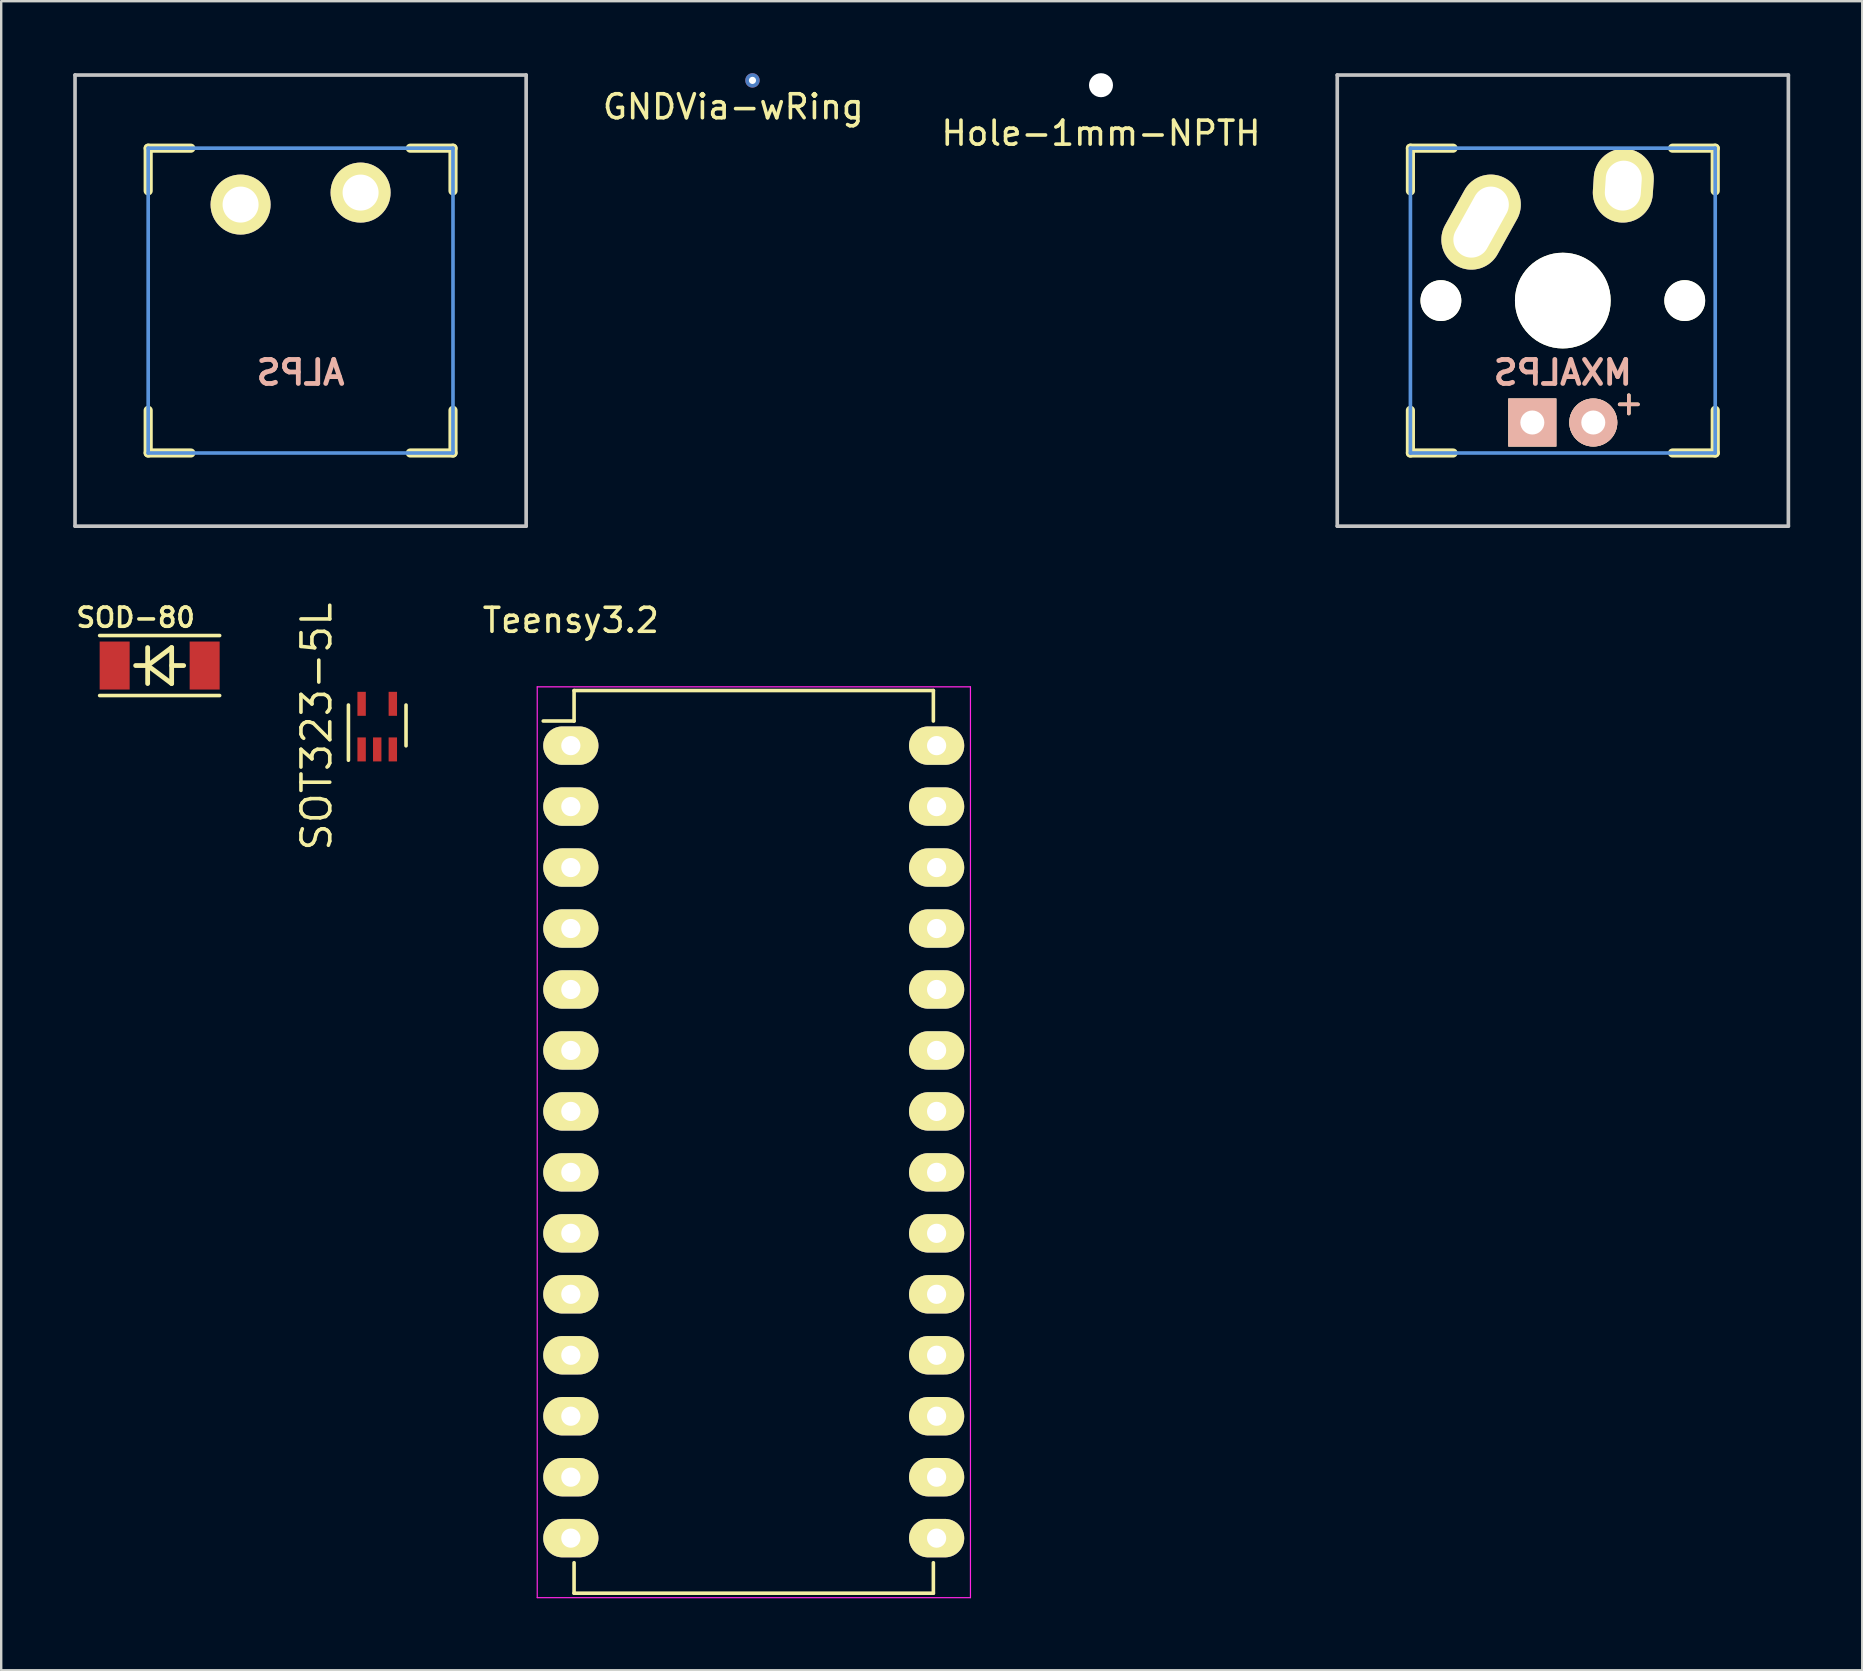
<source format=kicad_pcb>
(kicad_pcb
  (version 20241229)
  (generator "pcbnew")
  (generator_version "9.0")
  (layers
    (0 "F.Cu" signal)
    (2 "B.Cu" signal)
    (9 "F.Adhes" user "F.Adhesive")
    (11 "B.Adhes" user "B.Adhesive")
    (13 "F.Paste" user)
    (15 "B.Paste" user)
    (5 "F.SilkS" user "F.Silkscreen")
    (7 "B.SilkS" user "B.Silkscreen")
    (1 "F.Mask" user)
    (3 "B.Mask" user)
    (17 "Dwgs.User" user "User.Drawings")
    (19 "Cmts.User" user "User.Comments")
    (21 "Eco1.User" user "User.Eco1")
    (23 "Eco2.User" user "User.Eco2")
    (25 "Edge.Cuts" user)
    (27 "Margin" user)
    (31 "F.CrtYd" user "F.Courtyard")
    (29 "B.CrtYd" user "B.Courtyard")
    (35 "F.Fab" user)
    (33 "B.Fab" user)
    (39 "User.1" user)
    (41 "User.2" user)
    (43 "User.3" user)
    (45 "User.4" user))
  (footprint "GNDVia-wRing"
    (layer "F.Cu")
    (at 28.302 0.3)
    (property "Reference" "GNDVia-wRing" (at -0.8 1.1 0) (layer "F.SilkS") (effects (font (size 1 1) (thickness 0.15))))
    (attr through_hole)
    (pad "GND" thru_hole circle (at 0 0) (size 0.6 0.6) (drill 0.3) (layers "*.Cu")))
  (footprint "ALPS"
    (layer "F.Cu")
    (at 9.474 9.474)
    (property "Reference" "ALPS" (at 0 3 0) (layer "B.SilkS") (effects (font (size 1 1) (thickness 0.2)) (justify mirror)))
    (attr through_hole)
    (fp_line (start -6.35 -6.35) (end -4.572 -6.35) (stroke (width 0.381) (type solid)) (layer "F.SilkS"))
    (fp_line (start -6.35 -4.572) (end -6.35 -6.35) (stroke (width 0.381) (type solid)) (layer "F.SilkS"))
    (fp_line (start -6.35 6.35) (end -6.35 4.572) (stroke (width 0.381) (type solid)) (layer "F.SilkS"))
    (fp_line (start -4.572 6.35) (end -6.35 6.35) (stroke (width 0.381) (type solid)) (layer "F.SilkS"))
    (fp_line (start 4.572 -6.35) (end 6.35 -6.35) (stroke (width 0.381) (type solid)) (layer "F.SilkS"))
    (fp_line (start 6.35 -6.35) (end 6.35 -4.572) (stroke (width 0.381) (type solid)) (layer "F.SilkS"))
    (fp_line (start 6.35 4.572) (end 6.35 6.35) (stroke (width 0.381) (type solid)) (layer "F.SilkS"))
    (fp_line (start 6.35 6.35) (end 4.572 6.35) (stroke (width 0.381) (type solid)) (layer "F.SilkS"))
    (fp_line (start -9.398 -9.398) (end 9.398 -9.398) (stroke (width 0.152) (type solid)) (layer "Dwgs.User"))
    (fp_line (start -9.398 9.398) (end -9.398 -9.398) (stroke (width 0.152) (type solid)) (layer "Dwgs.User"))
    (fp_line (start 9.398 -9.398) (end 9.398 9.398) (stroke (width 0.152) (type solid)) (layer "Dwgs.User"))
    (fp_line (start 9.398 9.398) (end -9.398 9.398) (stroke (width 0.152) (type solid)) (layer "Dwgs.User"))
    (fp_line (start -6.35 -6.35) (end 6.35 -6.35) (stroke (width 0.152) (type solid)) (layer "Cmts.User"))
    (fp_line (start -6.35 6.35) (end -6.35 -6.35) (stroke (width 0.152) (type solid)) (layer "Cmts.User"))
    (fp_line (start 6.35 -6.35) (end 6.35 6.35) (stroke (width 0.152) (type solid)) (layer "Cmts.User"))
    (fp_line (start 6.35 6.35) (end -6.35 6.35) (stroke (width 0.152) (type solid)) (layer "Cmts.User"))
    (fp_line (start -7.75 -6.4) (end -6.985 -6.4) (stroke (width 0.152) (type solid)) (layer "Eco2.User"))
    (fp_line (start -7.75 6.4) (end -7.75 -6.4) (stroke (width 0.152) (type solid)) (layer "Eco2.User"))
    (fp_line (start -7.75 6.4) (end -6.985 6.4) (stroke (width 0.152) (type solid)) (layer "Eco2.User"))
    (fp_line (start -6.985 -6.985) (end 6.985 -6.985) (stroke (width 0.152) (type solid)) (layer "Eco2.User"))
    (fp_line (start -6.985 -6.4) (end -6.985 -6.985) (stroke (width 0.152) (type solid)) (layer "Eco2.User"))
    (fp_line (start -6.985 6.4) (end -6.985 6.985) (stroke (width 0.152) (type solid)) (layer "Eco2.User"))
    (fp_line (start 6.985 -6.4) (end 6.985 -6.985) (stroke (width 0.152) (type solid)) (layer "Eco2.User"))
    (fp_line (start 6.985 6.4) (end 7.75 6.4) (stroke (width 0.152) (type solid)) (layer "Eco2.User"))
    (fp_line (start 6.985 6.985) (end -6.985 6.985) (stroke (width 0.152) (type solid)) (layer "Eco2.User"))
    (fp_line (start 6.985 6.985) (end 6.985 6.4) (stroke (width 0.152) (type solid)) (layer "Eco2.User"))
    (fp_line (start 7.75 -6.4) (end 6.985 -6.4) (stroke (width 0.152) (type solid)) (layer "Eco2.User"))
    (fp_line (start 7.75 6.4) (end 7.75 -6.4) (stroke (width 0.152) (type solid)) (layer "Eco2.User"))
    (pad "SW1" thru_hole circle (at -2.5 -4 330.95) (size 2.5 2.5) (drill 1.5) (layers "*.Cu" "*.Mask" "F.SilkS"))
    (pad "SW2" thru_hole circle (at 2.5 -4.5 356.1) (size 2.5 2.5) (drill 1.5) (layers "*.Cu" "*.Mask" "F.SilkS")))
  (footprint "Hole-1mm-NPTH"
    (layer "F.Cu")
    (at 42.823 0.5)
    (property "Reference" "Hole-1mm-NPTH" (at 0 2 0) (layer "F.SilkS") (effects (font (size 1 1) (thickness 0.15))))
    (attr through_hole)
    (pad "" np_thru_hole circle (at 0 0) (size 1 1) (drill 1) (layers "*.Cu")))
  (footprint "MXALPS"
    (layer "F.Cu")
    (at 62.065 9.474)
    (property "Reference" "MXALPS" (at 0 3 0) (layer "B.SilkS") (effects (font (size 1 1) (thickness 0.2)) (justify mirror)))
    (attr through_hole)
    (fp_line (start -6.35 -6.35) (end -4.572 -6.35) (stroke (width 0.381) (type solid)) (layer "F.SilkS"))
    (fp_line (start -6.35 -4.572) (end -6.35 -6.35) (stroke (width 0.381) (type solid)) (layer "F.SilkS"))
    (fp_line (start -6.35 6.35) (end -6.35 4.572) (stroke (width 0.381) (type solid)) (layer "F.SilkS"))
    (fp_line (start -4.572 6.35) (end -6.35 6.35) (stroke (width 0.381) (type solid)) (layer "F.SilkS"))
    (fp_line (start 4.572 -6.35) (end 6.35 -6.35) (stroke (width 0.381) (type solid)) (layer "F.SilkS"))
    (fp_line (start 6.35 -6.35) (end 6.35 -4.572) (stroke (width 0.381) (type solid)) (layer "F.SilkS"))
    (fp_line (start 6.35 4.572) (end 6.35 6.35) (stroke (width 0.381) (type solid)) (layer "F.SilkS"))
    (fp_line (start 6.35 6.35) (end 4.572 6.35) (stroke (width 0.381) (type solid)) (layer "F.SilkS"))
    (fp_line (start -9.398 -9.398) (end 9.398 -9.398) (stroke (width 0.152) (type solid)) (layer "Dwgs.User"))
    (fp_line (start -9.398 9.398) (end -9.398 -9.398) (stroke (width 0.152) (type solid)) (layer "Dwgs.User"))
    (fp_line (start 9.398 -9.398) (end 9.398 9.398) (stroke (width 0.152) (type solid)) (layer "Dwgs.User"))
    (fp_line (start 9.398 9.398) (end -9.398 9.398) (stroke (width 0.152) (type solid)) (layer "Dwgs.User"))
    (fp_line (start -6.35 -6.35) (end 6.35 -6.35) (stroke (width 0.152) (type solid)) (layer "Cmts.User"))
    (fp_line (start -6.35 6.35) (end -6.35 -6.35) (stroke (width 0.152) (type solid)) (layer "Cmts.User"))
    (fp_line (start 6.35 -6.35) (end 6.35 6.35) (stroke (width 0.152) (type solid)) (layer "Cmts.User"))
    (fp_line (start 6.35 6.35) (end -6.35 6.35) (stroke (width 0.152) (type solid)) (layer "Cmts.User"))
    (fp_line (start -7.75 -6.4) (end -6.985 -6.4) (stroke (width 0.152) (type solid)) (layer "Eco2.User"))
    (fp_line (start -7.75 6.4) (end -7.75 -6.4) (stroke (width 0.152) (type solid)) (layer "Eco2.User"))
    (fp_line (start -7.75 6.4) (end -6.985 6.4) (stroke (width 0.152) (type solid)) (layer "Eco2.User"))
    (fp_line (start -6.985 -6.985) (end 6.985 -6.985) (stroke (width 0.152) (type solid)) (layer "Eco2.User"))
    (fp_line (start -6.985 -6.4) (end -6.985 -6.985) (stroke (width 0.152) (type solid)) (layer "Eco2.User"))
    (fp_line (start -6.985 6.4) (end -6.985 6.985) (stroke (width 0.152) (type solid)) (layer "Eco2.User"))
    (fp_line (start 6.985 -6.4) (end 6.985 -6.985) (stroke (width 0.152) (type solid)) (layer "Eco2.User"))
    (fp_line (start 6.985 6.4) (end 7.75 6.4) (stroke (width 0.152) (type solid)) (layer "Eco2.User"))
    (fp_line (start 6.985 6.985) (end -6.985 6.985) (stroke (width 0.152) (type solid)) (layer "Eco2.User"))
    (fp_line (start 6.985 6.985) (end 6.985 6.4) (stroke (width 0.152) (type solid)) (layer "Eco2.User"))
    (fp_line (start 7.75 -6.4) (end 6.985 -6.4) (stroke (width 0.152) (type solid)) (layer "Eco2.User"))
    (fp_line (start 7.75 6.4) (end 7.75 -6.4) (stroke (width 0.152) (type solid)) (layer "Eco2.User"))
    (fp_text user "+" (at 2.75 4.25 0) (layer "F.SilkS") (effects (font (size 1 1) (thickness 0.15))))
    (fp_text user "+" (at 2.75 4.25 0) (layer "B.SilkS") (effects (font (size 1 1) (thickness 0.15)) (justify mirror)))
    (pad "" np_thru_hole circle (at -5.08 0) (size 1.702 1.702) (drill 1.702) (layers "*.Cu" "*.Mask" "F.SilkS"))
    (pad "" np_thru_hole circle (at 0 0) (size 3.988 3.988) (drill 3.988) (layers "*.Cu" "*.Mask" "F.SilkS"))
    (pad "" np_thru_hole circle (at 5.08 0) (size 1.702 1.702) (drill 1.702) (layers "*.Cu" "*.Mask" "F.SilkS"))
    (pad "A" thru_hole circle (at 1.27 5.08) (size 2 2) (drill 1) (layers "*.Cu" "*.SilkS" "*.Mask"))
    (pad "K" thru_hole rect (at -1.27 5.08) (size 2 2) (drill 1) (layers "*.Cu" "*.SilkS" "*.Mask"))
    (pad "SW1" thru_hole oval (at -3.405 -3.27 330.95) (size 2.5 4.17) (drill oval 1.5 3.17) (layers "*.Cu" "*.Mask" "F.SilkS"))
    (pad "SW2" thru_hole oval (at 2.52 -4.79 356.1) (size 2.5 3.08) (drill oval 1.5 2.08) (layers "*.Cu" "*.Mask" "F.SilkS")))
  (footprint "SOT323-5L"
    (layer "F.Cu")
    (at 12.667 27.225)
    (property "Reference" "SOT323-5L" (at -2.525 0 90) (layer "F.SilkS") (effects (font (size 1.2 1.2) (thickness 0.15))))
    (attr through_hole)
    (fp_line (start -1.2 -0.9) (end -1.2 1.4) (stroke (width 0.15) (type solid)) (layer "F.SilkS"))
    (fp_line (start 1.2 -0.9) (end 1.2 0.8) (stroke (width 0.15) (type solid)) (layer "F.SilkS"))
    (pad "1" smd rect (at -0.65 0.95) (size 0.35 1) (layers "F.Cu" "F.Mask" "F.Paste"))
    (pad "2" smd rect (at 0 0.95) (size 0.35 1) (layers "F.Cu" "F.Mask" "F.Paste"))
    (pad "3" smd rect (at 0.65 0.95) (size 0.35 1) (layers "F.Cu" "F.Mask" "F.Paste"))
    (pad "4" smd rect (at 0.65 -0.95) (size 0.35 1) (layers "F.Cu" "F.Mask" "F.Paste"))
    (pad "5" smd rect (at -0.65 -0.95) (size 0.35 1) (layers "F.Cu" "F.Mask" "F.Paste")))
  (footprint "SOD-80"
    (layer "F.Cu")
    (at 3.602 24.68)
    (property "Reference" "SOD-80" (at -1 -2 0) (layer "F.SilkS") (effects (font (size 0.8 0.8) (thickness 0.15))))
    (attr smd)
    (fp_line (start -2.5 -1.25) (end 2.5 -1.25) (stroke (width 0.15) (type solid)) (layer "F.SilkS"))
    (fp_line (start -2.5 1.25) (end 2.5 1.25) (stroke (width 0.15) (type solid)) (layer "F.SilkS"))
    (fp_line (start -1 0) (end -0.5 0) (stroke (width 0.2) (type solid)) (layer "F.SilkS"))
    (fp_line (start -0.5 0) (end 0.5 -0.75) (stroke (width 0.2) (type solid)) (layer "F.SilkS"))
    (fp_line (start -0.5 0.75) (end -0.5 -0.75) (stroke (width 0.2) (type solid)) (layer "F.SilkS"))
    (fp_line (start 0.5 -0.75) (end 0.5 0.75) (stroke (width 0.2) (type solid)) (layer "F.SilkS"))
    (fp_line (start 0.5 0) (end 1 0) (stroke (width 0.2) (type solid)) (layer "F.SilkS"))
    (fp_line (start 0.5 0.75) (end -0.5 0) (stroke (width 0.2) (type solid)) (layer "F.SilkS"))
    (pad "1" smd rect (at -1.875 0) (size 1.25 2) (layers "F.Cu" "F.Mask" "F.Paste"))
    (pad "2" smd rect (at 1.875 0) (size 1.25 2) (layers "F.Cu" "F.Mask" "F.Paste")))
  (footprint "Teensy3.2"
    (layer "F.Cu")
    (at 20.734 28.017)
    (property "Reference" "Teensy3.2" (at 0 -5.22 0) (layer "F.SilkS") (effects (font (size 1 1) (thickness 0.15))))
    (attr through_hole)
    (fp_line (start 0.135 -2.295) (end 0.135 -1.025) (stroke (width 0.15) (type solid)) (layer "F.SilkS"))
    (fp_line (start 0.135 -2.295) (end 15.105 -2.295) (stroke (width 0.15) (type solid)) (layer "F.SilkS"))
    (fp_line (start 0.135 -1.025) (end -1.15 -1.025) (stroke (width 0.15) (type solid)) (layer "F.SilkS"))
    (fp_line (start 0.135 35.315) (end 0.135 34.045) (stroke (width 0.15) (type solid)) (layer "F.SilkS"))
    (fp_line (start 0.135 35.315) (end 15.105 35.315) (stroke (width 0.15) (type solid)) (layer "F.SilkS"))
    (fp_line (start 15.105 -2.295) (end 15.105 -1.025) (stroke (width 0.15) (type solid)) (layer "F.SilkS"))
    (fp_line (start 15.105 35.315) (end 15.105 34.045) (stroke (width 0.15) (type solid)) (layer "F.SilkS"))
    (fp_line (start -1.4 -2.45) (end -1.4 35.5) (stroke (width 0.05) (type solid)) (layer "F.CrtYd"))
    (fp_line (start -1.4 -2.45) (end 16.65 -2.45) (stroke (width 0.05) (type solid)) (layer "F.CrtYd"))
    (fp_line (start -1.4 35.5) (end 16.65 35.5) (stroke (width 0.05) (type solid)) (layer "F.CrtYd"))
    (fp_line (start 16.65 -2.45) (end 16.65 35.5) (stroke (width 0.05) (type solid)) (layer "F.CrtYd"))
    (pad "0" thru_hole oval (at 0 2.54) (size 2.3 1.6) (drill 0.8) (layers "*.Cu" "*.Mask" "F.SilkS"))
    (pad "1" thru_hole oval (at 0 5.08) (size 2.3 1.6) (drill 0.8) (layers "*.Cu" "*.Mask" "F.SilkS"))
    (pad "2" thru_hole oval (at 0 7.62) (size 2.3 1.6) (drill 0.8) (layers "*.Cu" "*.Mask" "F.SilkS"))
    (pad "3" thru_hole oval (at 0 10.16) (size 2.3 1.6) (drill 0.8) (layers "*.Cu" "*.Mask" "F.SilkS"))
    (pad "3v3" thru_hole oval (at 15.24 5.08) (size 2.3 1.6) (drill 0.8) (layers "*.Cu" "*.Mask" "F.SilkS"))
    (pad "4" thru_hole oval (at 0 12.7) (size 2.3 1.6) (drill 0.8) (layers "*.Cu" "*.Mask" "F.SilkS"))
    (pad "5" thru_hole oval (at 0 15.24) (size 2.3 1.6) (drill 0.8) (layers "*.Cu" "*.Mask" "F.SilkS"))
    (pad "6" thru_hole oval (at 0 17.78) (size 2.3 1.6) (drill 0.8) (layers "*.Cu" "*.Mask" "F.SilkS"))
    (pad "7" thru_hole oval (at 0 20.32) (size 2.3 1.6) (drill 0.8) (layers "*.Cu" "*.Mask" "F.SilkS"))
    (pad "8" thru_hole oval (at 0 22.86) (size 2.3 1.6) (drill 0.8) (layers "*.Cu" "*.Mask" "F.SilkS"))
    (pad "9" thru_hole oval (at 0 25.4) (size 2.3 1.6) (drill 0.8) (layers "*.Cu" "*.Mask" "F.SilkS"))
    (pad "10" thru_hole oval (at 0 27.94) (size 2.3 1.6) (drill 0.8) (layers "*.Cu" "*.Mask" "F.SilkS"))
    (pad "11" thru_hole oval (at 0 30.48) (size 2.3 1.6) (drill 0.8) (layers "*.Cu" "*.Mask" "F.SilkS"))
    (pad "12" thru_hole oval (at 0 33.02) (size 2.3 1.6) (drill 0.8) (layers "*.Cu" "*.Mask" "F.SilkS"))
    (pad "13" thru_hole oval (at 15.24 33.02) (size 2.3 1.6) (drill 0.8) (layers "*.Cu" "*.Mask" "F.SilkS"))
    (pad "14" thru_hole oval (at 15.24 30.48) (size 2.3 1.6) (drill 0.8) (layers "*.Cu" "*.Mask" "F.SilkS"))
    (pad "15" thru_hole oval (at 15.24 27.94) (size 2.3 1.6) (drill 0.8) (layers "*.Cu" "*.Mask" "F.SilkS"))
    (pad "16" thru_hole oval (at 15.24 25.4) (size 2.3 1.6) (drill 0.8) (layers "*.Cu" "*.Mask" "F.SilkS"))
    (pad "17" thru_hole oval (at 15.24 22.86) (size 2.3 1.6) (drill 0.8) (layers "*.Cu" "*.Mask" "F.SilkS"))
    (pad "18" thru_hole oval (at 15.24 20.32) (size 2.3 1.6) (drill 0.8) (layers "*.Cu" "*.Mask" "F.SilkS"))
    (pad "19" thru_hole oval (at 15.24 17.78) (size 2.3 1.6) (drill 0.8) (layers "*.Cu" "*.Mask" "F.SilkS"))
    (pad "20" thru_hole oval (at 15.24 15.24) (size 2.3 1.6) (drill 0.8) (layers "*.Cu" "*.Mask" "F.SilkS"))
    (pad "21" thru_hole oval (at 15.24 12.7) (size 2.3 1.6) (drill 0.8) (layers "*.Cu" "*.Mask" "F.SilkS"))
    (pad "22" thru_hole oval (at 15.24 10.16) (size 2.3 1.6) (drill 0.8) (layers "*.Cu" "*.Mask" "F.SilkS"))
    (pad "23" thru_hole oval (at 15.24 7.62) (size 2.3 1.6) (drill 0.8) (layers "*.Cu" "*.Mask" "F.SilkS"))
    (pad "AGND" thru_hole oval (at 15.24 2.54) (size 2.3 1.6) (drill 0.8) (layers "*.Cu" "*.Mask" "F.SilkS"))
    (pad "GND0" thru_hole oval (at 0 0) (size 2.3 1.6) (drill 0.8) (layers "*.Cu" "*.Mask" "F.SilkS"))
    (pad "Vin" thru_hole oval (at 15.24 0) (size 2.3 1.6) (drill 0.8) (layers "*.Cu" "*.Mask" "F.SilkS")))
  (gr_rect
    (start -3 -3)
    (end 74.54 66.542)
    (stroke (width 0.1) (type default))
    (fill no)
    (layer "Edge.Cuts")))
</source>
